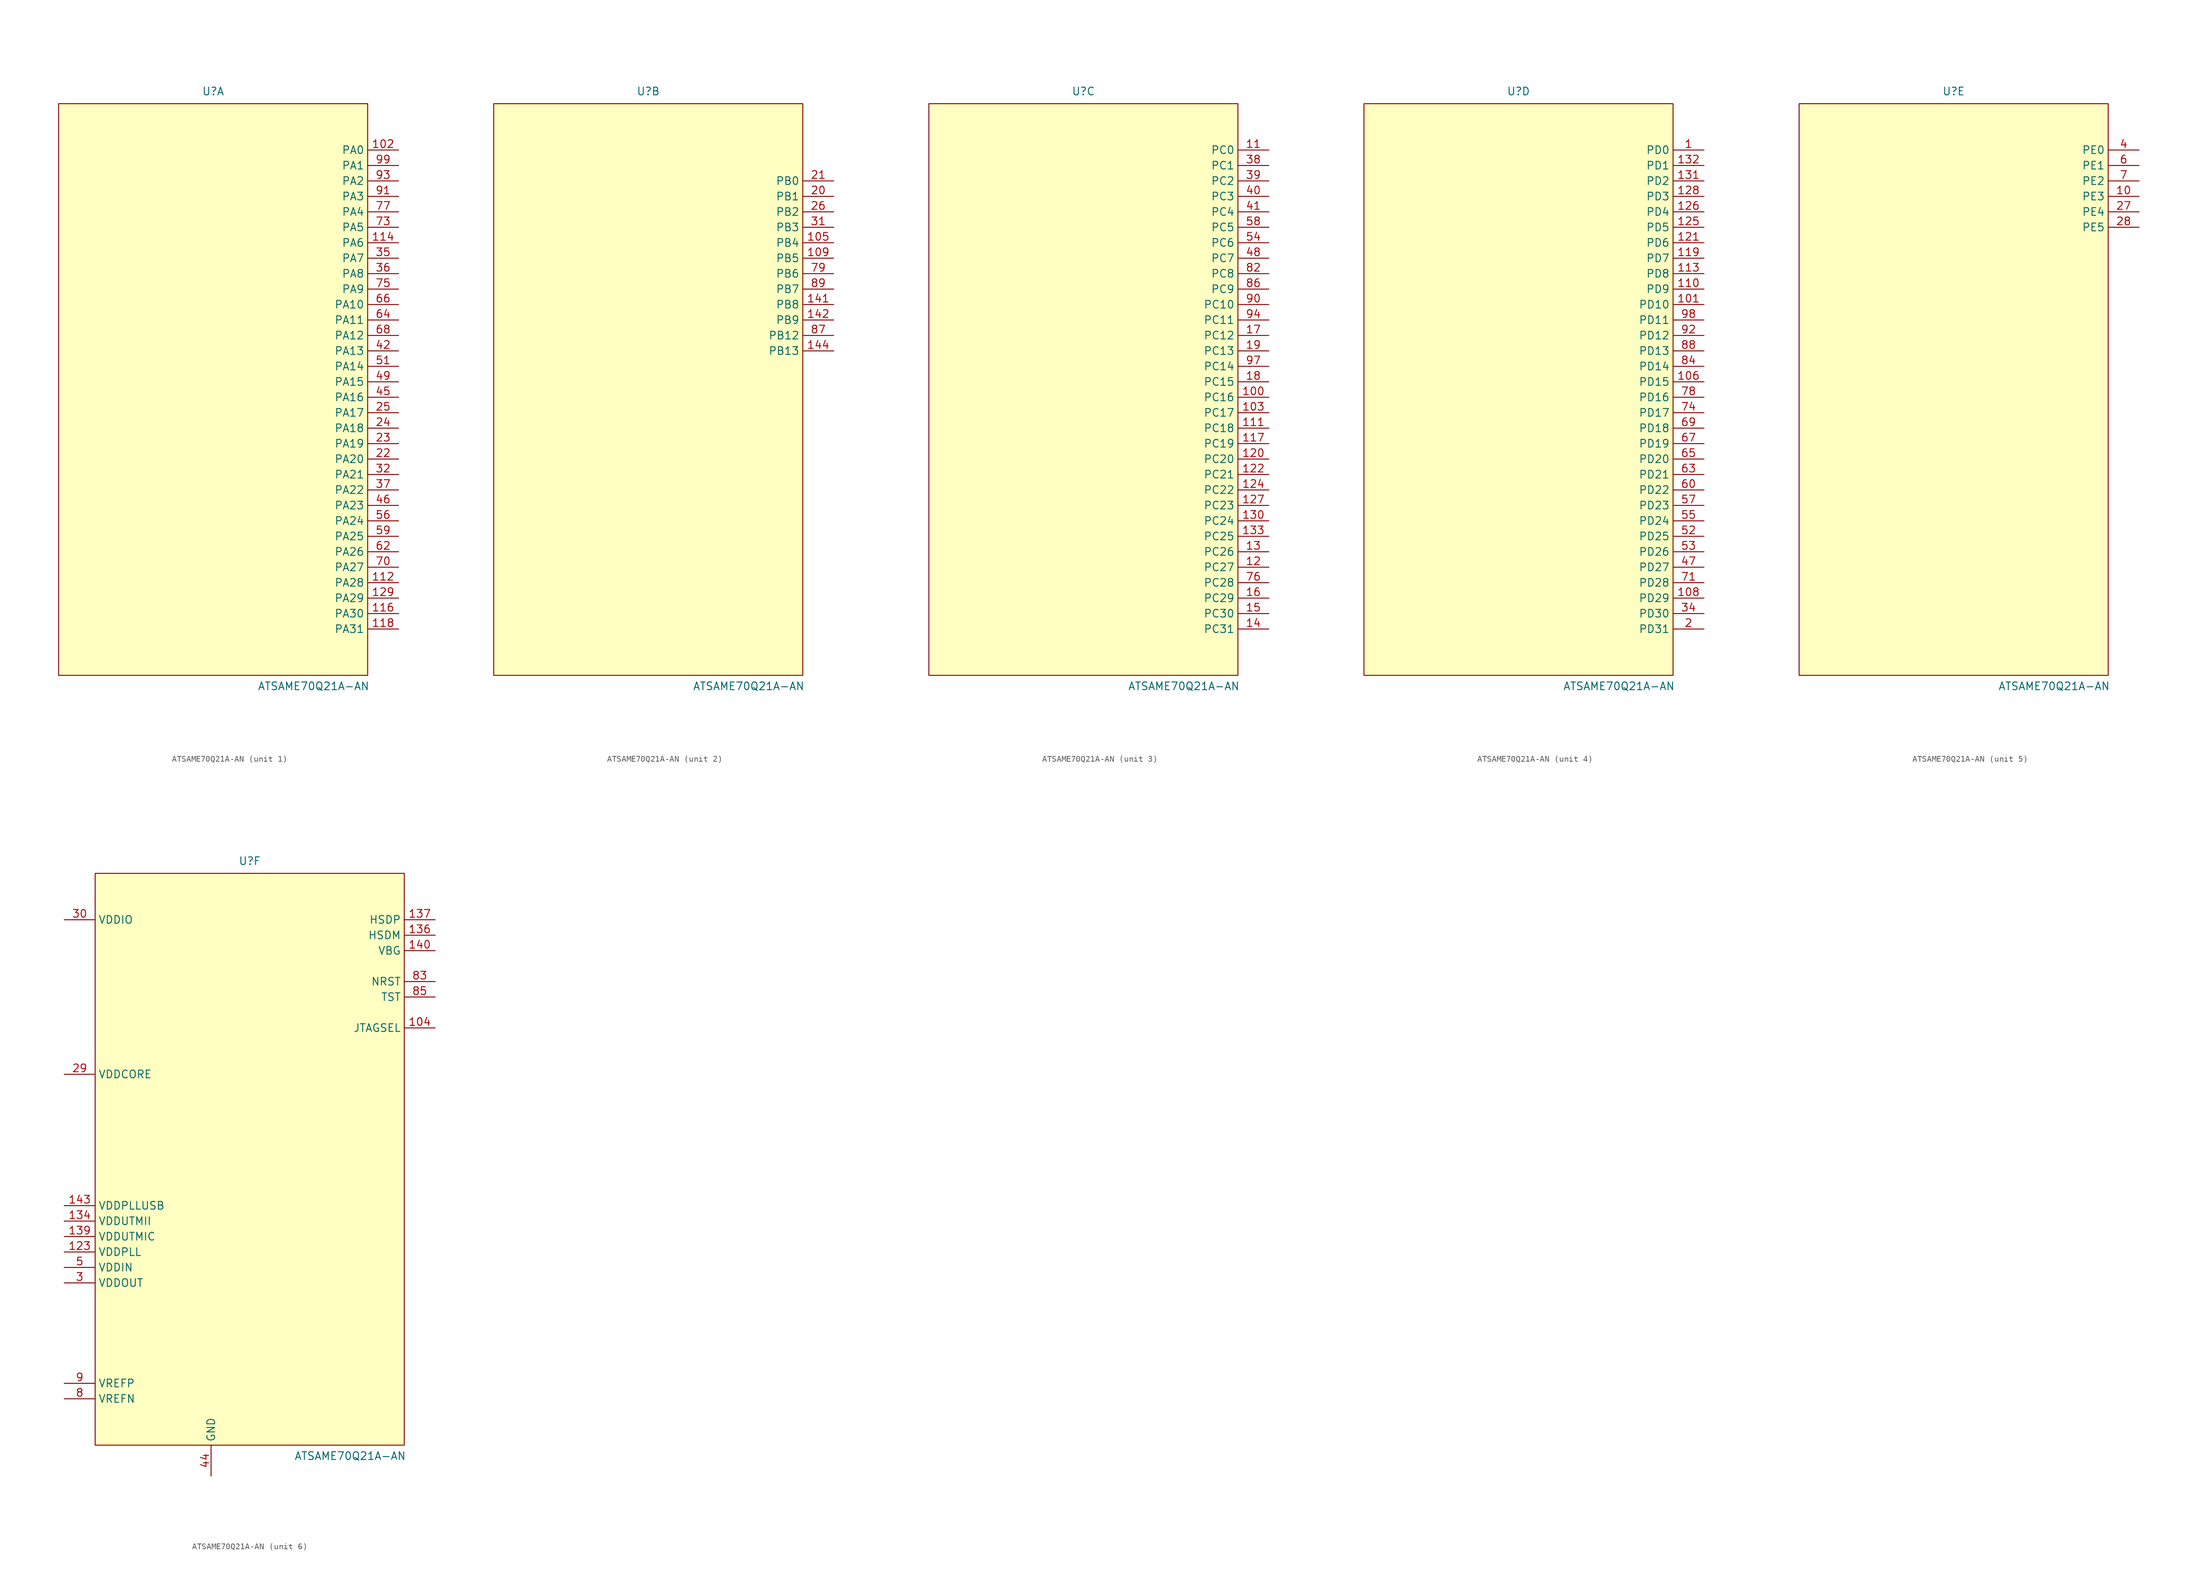
<source format=kicad_sym>
(kicad_symbol_lib
  (version 20231120)
  (generator "kicad_symbol_editor")
  (generator_version "8.0")
  (symbol "ATSAME70Q21A-AN"
    (property "Reference" "U"
      (at 0 49.022 0)
      (effects (font (size 1.27 1.27))))
    (property "Value" "ATSAME70Q21A-AN"
      (at 16.51 -48.768 0)
      (effects (font (size 1.27 1.27))))
    (property "ki_locked" ""
      (at 0 0 0)
      (effects (font (size 1.27 1.27))))
    (symbol "ATSAME70Q21A-AN_0_1"
      (rectangle (start -25.4 46.99) (end 25.4 -46.99) (stroke (width 0) (type default)) (fill (type background))))
    (symbol "ATSAME70Q21A-AN_1_1"
      (unit_name "Port A")
      (pin bidirectional line (at 30.48 39.37 180) (length 5.08) (name "PA0" (effects (font (size 1.27 1.27)))) (number "102" (effects (font (size 1.27 1.27)))))
      (pin bidirectional line (at 30.48 -31.75 180) (length 5.08) (name "PA28" (effects (font (size 1.27 1.27)))) (number "112" (effects (font (size 1.27 1.27)))))
      (pin bidirectional line (at 30.48 24.13 180) (length 5.08) (name "PA6" (effects (font (size 1.27 1.27)))) (number "114" (effects (font (size 1.27 1.27)))))
      (pin bidirectional line (at 30.48 -36.83 180) (length 5.08) (name "PA30" (effects (font (size 1.27 1.27)))) (number "116" (effects (font (size 1.27 1.27)))))
      (pin bidirectional line (at 30.48 -39.37 180) (length 5.08) (name "PA31" (effects (font (size 1.27 1.27)))) (number "118" (effects (font (size 1.27 1.27)))))
      (pin bidirectional line (at 30.48 -34.29 180) (length 5.08) (name "PA29" (effects (font (size 1.27 1.27)))) (number "129" (effects (font (size 1.27 1.27)))))
      (pin bidirectional line (at 30.48 -11.43 180) (length 5.08) (name "PA20" (effects (font (size 1.27 1.27)))) (number "22" (effects (font (size 1.27 1.27)))))
      (pin bidirectional line (at 30.48 -8.89 180) (length 5.08) (name "PA19" (effects (font (size 1.27 1.27)))) (number "23" (effects (font (size 1.27 1.27)))))
      (pin bidirectional line (at 30.48 -6.35 180) (length 5.08) (name "PA18" (effects (font (size 1.27 1.27)))) (number "24" (effects (font (size 1.27 1.27)))))
      (pin bidirectional line (at 30.48 -3.81 180) (length 5.08) (name "PA17" (effects (font (size 1.27 1.27)))) (number "25" (effects (font (size 1.27 1.27)))))
      (pin bidirectional line (at 30.48 -13.97 180) (length 5.08) (name "PA21" (effects (font (size 1.27 1.27)))) (number "32" (effects (font (size 1.27 1.27)))))
      (pin bidirectional line (at 30.48 21.59 180) (length 5.08) (name "PA7" (effects (font (size 1.27 1.27)))) (number "35" (effects (font (size 1.27 1.27)))))
      (pin bidirectional line (at 30.48 19.05 180) (length 5.08) (name "PA8" (effects (font (size 1.27 1.27)))) (number "36" (effects (font (size 1.27 1.27)))))
      (pin bidirectional line (at 30.48 -16.51 180) (length 5.08) (name "PA22" (effects (font (size 1.27 1.27)))) (number "37" (effects (font (size 1.27 1.27)))))
      (pin bidirectional line (at 30.48 6.35 180) (length 5.08) (name "PA13" (effects (font (size 1.27 1.27)))) (number "42" (effects (font (size 1.27 1.27)))))
      (pin bidirectional line (at 30.48 -1.27 180) (length 5.08) (name "PA16" (effects (font (size 1.27 1.27)))) (number "45" (effects (font (size 1.27 1.27)))))
      (pin bidirectional line (at 30.48 -19.05 180) (length 5.08) (name "PA23" (effects (font (size 1.27 1.27)))) (number "46" (effects (font (size 1.27 1.27)))))
      (pin bidirectional line (at 30.48 1.27 180) (length 5.08) (name "PA15" (effects (font (size 1.27 1.27)))) (number "49" (effects (font (size 1.27 1.27)))))
      (pin bidirectional line (at 30.48 3.81 180) (length 5.08) (name "PA14" (effects (font (size 1.27 1.27)))) (number "51" (effects (font (size 1.27 1.27)))))
      (pin bidirectional line (at 30.48 -21.59 180) (length 5.08) (name "PA24" (effects (font (size 1.27 1.27)))) (number "56" (effects (font (size 1.27 1.27)))))
      (pin bidirectional line (at 30.48 -24.13 180) (length 5.08) (name "PA25" (effects (font (size 1.27 1.27)))) (number "59" (effects (font (size 1.27 1.27)))))
      (pin bidirectional line (at 30.48 -26.67 180) (length 5.08) (name "PA26" (effects (font (size 1.27 1.27)))) (number "62" (effects (font (size 1.27 1.27)))))
      (pin bidirectional line (at 30.48 11.43 180) (length 5.08) (name "PA11" (effects (font (size 1.27 1.27)))) (number "64" (effects (font (size 1.27 1.27)))))
      (pin bidirectional line (at 30.48 13.97 180) (length 5.08) (name "PA10" (effects (font (size 1.27 1.27)))) (number "66" (effects (font (size 1.27 1.27)))))
      (pin bidirectional line (at 30.48 8.89 180) (length 5.08) (name "PA12" (effects (font (size 1.27 1.27)))) (number "68" (effects (font (size 1.27 1.27)))))
      (pin bidirectional line (at 30.48 -29.21 180) (length 5.08) (name "PA27" (effects (font (size 1.27 1.27)))) (number "70" (effects (font (size 1.27 1.27)))))
      (pin bidirectional line (at 30.48 26.67 180) (length 5.08) (name "PA5" (effects (font (size 1.27 1.27)))) (number "73" (effects (font (size 1.27 1.27)))))
      (pin bidirectional line (at 30.48 16.51 180) (length 5.08) (name "PA9" (effects (font (size 1.27 1.27)))) (number "75" (effects (font (size 1.27 1.27)))))
      (pin bidirectional line (at 30.48 29.21 180) (length 5.08) (name "PA4" (effects (font (size 1.27 1.27)))) (number "77" (effects (font (size 1.27 1.27)))))
      (pin bidirectional line (at 30.48 31.75 180) (length 5.08) (name "PA3" (effects (font (size 1.27 1.27)))) (number "91" (effects (font (size 1.27 1.27)))))
      (pin bidirectional line (at 30.48 34.29 180) (length 5.08) (name "PA2" (effects (font (size 1.27 1.27)))) (number "93" (effects (font (size 1.27 1.27)))))
      (pin bidirectional line (at 30.48 36.83 180) (length 5.08) (name "PA1" (effects (font (size 1.27 1.27)))) (number "99" (effects (font (size 1.27 1.27))))))
    (symbol "ATSAME70Q21A-AN_2_1"
      (unit_name "Port B")
      (pin bidirectional line (at 30.48 24.13 180) (length 5.08) (name "PB4" (effects (font (size 1.27 1.27)))) (number "105" (effects (font (size 1.27 1.27)))))
      (pin bidirectional line (at 30.48 21.59 180) (length 5.08) (name "PB5" (effects (font (size 1.27 1.27)))) (number "109" (effects (font (size 1.27 1.27)))))
      (pin bidirectional line (at 30.48 13.97 180) (length 5.08) (name "PB8" (effects (font (size 1.27 1.27)))) (number "141" (effects (font (size 1.27 1.27)))))
      (pin bidirectional line (at 30.48 11.43 180) (length 5.08) (name "PB9" (effects (font (size 1.27 1.27)))) (number "142" (effects (font (size 1.27 1.27)))))
      (pin bidirectional line (at 30.48 6.35 180) (length 5.08) (name "PB13" (effects (font (size 1.27 1.27)))) (number "144" (effects (font (size 1.27 1.27)))))
      (pin bidirectional line (at 30.48 31.75 180) (length 5.08) (name "PB1" (effects (font (size 1.27 1.27)))) (number "20" (effects (font (size 1.27 1.27)))))
      (pin bidirectional line (at 30.48 34.29 180) (length 5.08) (name "PB0" (effects (font (size 1.27 1.27)))) (number "21" (effects (font (size 1.27 1.27)))))
      (pin bidirectional line (at 30.48 29.21 180) (length 5.08) (name "PB2" (effects (font (size 1.27 1.27)))) (number "26" (effects (font (size 1.27 1.27)))))
      (pin bidirectional line (at 30.48 26.67 180) (length 5.08) (name "PB3" (effects (font (size 1.27 1.27)))) (number "31" (effects (font (size 1.27 1.27)))))
      (pin bidirectional line (at 30.48 19.05 180) (length 5.08) (name "PB6" (effects (font (size 1.27 1.27)))) (number "79" (effects (font (size 1.27 1.27)))))
      (pin bidirectional line (at 30.48 8.89 180) (length 5.08) (name "PB12" (effects (font (size 1.27 1.27)))) (number "87" (effects (font (size 1.27 1.27)))))
      (pin bidirectional line (at 30.48 16.51 180) (length 5.08) (name "PB7" (effects (font (size 1.27 1.27)))) (number "89" (effects (font (size 1.27 1.27))))))
    (symbol "ATSAME70Q21A-AN_3_1"
      (unit_name "Port C")
      (pin bidirectional line (at 30.48 -1.27 180) (length 5.08) (name "PC16" (effects (font (size 1.27 1.27)))) (number "100" (effects (font (size 1.27 1.27)))))
      (pin bidirectional line (at 30.48 -3.81 180) (length 5.08) (name "PC17" (effects (font (size 1.27 1.27)))) (number "103" (effects (font (size 1.27 1.27)))))
      (pin bidirectional line (at 30.48 39.37 180) (length 5.08) (name "PC0" (effects (font (size 1.27 1.27)))) (number "11" (effects (font (size 1.27 1.27)))))
      (pin bidirectional line (at 30.48 -6.35 180) (length 5.08) (name "PC18" (effects (font (size 1.27 1.27)))) (number "111" (effects (font (size 1.27 1.27)))))
      (pin bidirectional line (at 30.48 -8.89 180) (length 5.08) (name "PC19" (effects (font (size 1.27 1.27)))) (number "117" (effects (font (size 1.27 1.27)))))
      (pin bidirectional line (at 30.48 -29.21 180) (length 5.08) (name "PC27" (effects (font (size 1.27 1.27)))) (number "12" (effects (font (size 1.27 1.27)))))
      (pin bidirectional line (at 30.48 -11.43 180) (length 5.08) (name "PC20" (effects (font (size 1.27 1.27)))) (number "120" (effects (font (size 1.27 1.27)))))
      (pin bidirectional line (at 30.48 -13.97 180) (length 5.08) (name "PC21" (effects (font (size 1.27 1.27)))) (number "122" (effects (font (size 1.27 1.27)))))
      (pin bidirectional line (at 30.48 -16.51 180) (length 5.08) (name "PC22" (effects (font (size 1.27 1.27)))) (number "124" (effects (font (size 1.27 1.27)))))
      (pin bidirectional line (at 30.48 -19.05 180) (length 5.08) (name "PC23" (effects (font (size 1.27 1.27)))) (number "127" (effects (font (size 1.27 1.27)))))
      (pin bidirectional line (at 30.48 -26.67 180) (length 5.08) (name "PC26" (effects (font (size 1.27 1.27)))) (number "13" (effects (font (size 1.27 1.27)))))
      (pin bidirectional line (at 30.48 -21.59 180) (length 5.08) (name "PC24" (effects (font (size 1.27 1.27)))) (number "130" (effects (font (size 1.27 1.27)))))
      (pin bidirectional line (at 30.48 -24.13 180) (length 5.08) (name "PC25" (effects (font (size 1.27 1.27)))) (number "133" (effects (font (size 1.27 1.27)))))
      (pin bidirectional line (at 30.48 -39.37 180) (length 5.08) (name "PC31" (effects (font (size 1.27 1.27)))) (number "14" (effects (font (size 1.27 1.27)))))
      (pin bidirectional line (at 30.48 -36.83 180) (length 5.08) (name "PC30" (effects (font (size 1.27 1.27)))) (number "15" (effects (font (size 1.27 1.27)))))
      (pin bidirectional line (at 30.48 -34.29 180) (length 5.08) (name "PC29" (effects (font (size 1.27 1.27)))) (number "16" (effects (font (size 1.27 1.27)))))
      (pin bidirectional line (at 30.48 8.89 180) (length 5.08) (name "PC12" (effects (font (size 1.27 1.27)))) (number "17" (effects (font (size 1.27 1.27)))))
      (pin bidirectional line (at 30.48 1.27 180) (length 5.08) (name "PC15" (effects (font (size 1.27 1.27)))) (number "18" (effects (font (size 1.27 1.27)))))
      (pin bidirectional line (at 30.48 6.35 180) (length 5.08) (name "PC13" (effects (font (size 1.27 1.27)))) (number "19" (effects (font (size 1.27 1.27)))))
      (pin bidirectional line (at 30.48 36.83 180) (length 5.08) (name "PC1" (effects (font (size 1.27 1.27)))) (number "38" (effects (font (size 1.27 1.27)))))
      (pin bidirectional line (at 30.48 34.29 180) (length 5.08) (name "PC2" (effects (font (size 1.27 1.27)))) (number "39" (effects (font (size 1.27 1.27)))))
      (pin bidirectional line (at 30.48 31.75 180) (length 5.08) (name "PC3" (effects (font (size 1.27 1.27)))) (number "40" (effects (font (size 1.27 1.27)))))
      (pin bidirectional line (at 30.48 29.21 180) (length 5.08) (name "PC4" (effects (font (size 1.27 1.27)))) (number "41" (effects (font (size 1.27 1.27)))))
      (pin bidirectional line (at 30.48 21.59 180) (length 5.08) (name "PC7" (effects (font (size 1.27 1.27)))) (number "48" (effects (font (size 1.27 1.27)))))
      (pin bidirectional line (at 30.48 24.13 180) (length 5.08) (name "PC6" (effects (font (size 1.27 1.27)))) (number "54" (effects (font (size 1.27 1.27)))))
      (pin bidirectional line (at 30.48 26.67 180) (length 5.08) (name "PC5" (effects (font (size 1.27 1.27)))) (number "58" (effects (font (size 1.27 1.27)))))
      (pin bidirectional line (at 30.48 -31.75 180) (length 5.08) (name "PC28" (effects (font (size 1.27 1.27)))) (number "76" (effects (font (size 1.27 1.27)))))
      (pin bidirectional line (at 30.48 19.05 180) (length 5.08) (name "PC8" (effects (font (size 1.27 1.27)))) (number "82" (effects (font (size 1.27 1.27)))))
      (pin bidirectional line (at 30.48 16.51 180) (length 5.08) (name "PC9" (effects (font (size 1.27 1.27)))) (number "86" (effects (font (size 1.27 1.27)))))
      (pin bidirectional line (at 30.48 13.97 180) (length 5.08) (name "PC10" (effects (font (size 1.27 1.27)))) (number "90" (effects (font (size 1.27 1.27)))))
      (pin bidirectional line (at 30.48 11.43 180) (length 5.08) (name "PC11" (effects (font (size 1.27 1.27)))) (number "94" (effects (font (size 1.27 1.27)))))
      (pin bidirectional line (at 30.48 3.81 180) (length 5.08) (name "PC14" (effects (font (size 1.27 1.27)))) (number "97" (effects (font (size 1.27 1.27))))))
    (symbol "ATSAME70Q21A-AN_4_1"
      (unit_name "Port D")
      (pin bidirectional line (at 30.48 39.37 180) (length 5.08) (name "PD0" (effects (font (size 1.27 1.27)))) (number "1" (effects (font (size 1.27 1.27)))))
      (pin bidirectional line (at 30.48 13.97 180) (length 5.08) (name "PD10" (effects (font (size 1.27 1.27)))) (number "101" (effects (font (size 1.27 1.27)))))
      (pin bidirectional line (at 30.48 1.27 180) (length 5.08) (name "PD15" (effects (font (size 1.27 1.27)))) (number "106" (effects (font (size 1.27 1.27)))))
      (pin bidirectional line (at 30.48 -34.29 180) (length 5.08) (name "PD29" (effects (font (size 1.27 1.27)))) (number "108" (effects (font (size 1.27 1.27)))))
      (pin bidirectional line (at 30.48 16.51 180) (length 5.08) (name "PD9" (effects (font (size 1.27 1.27)))) (number "110" (effects (font (size 1.27 1.27)))))
      (pin bidirectional line (at 30.48 19.05 180) (length 5.08) (name "PD8" (effects (font (size 1.27 1.27)))) (number "113" (effects (font (size 1.27 1.27)))))
      (pin bidirectional line (at 30.48 21.59 180) (length 5.08) (name "PD7" (effects (font (size 1.27 1.27)))) (number "119" (effects (font (size 1.27 1.27)))))
      (pin bidirectional line (at 30.48 24.13 180) (length 5.08) (name "PD6" (effects (font (size 1.27 1.27)))) (number "121" (effects (font (size 1.27 1.27)))))
      (pin bidirectional line (at 30.48 26.67 180) (length 5.08) (name "PD5" (effects (font (size 1.27 1.27)))) (number "125" (effects (font (size 1.27 1.27)))))
      (pin bidirectional line (at 30.48 29.21 180) (length 5.08) (name "PD4" (effects (font (size 1.27 1.27)))) (number "126" (effects (font (size 1.27 1.27)))))
      (pin bidirectional line (at 30.48 31.75 180) (length 5.08) (name "PD3" (effects (font (size 1.27 1.27)))) (number "128" (effects (font (size 1.27 1.27)))))
      (pin bidirectional line (at 30.48 34.29 180) (length 5.08) (name "PD2" (effects (font (size 1.27 1.27)))) (number "131" (effects (font (size 1.27 1.27)))))
      (pin bidirectional line (at 30.48 36.83 180) (length 5.08) (name "PD1" (effects (font (size 1.27 1.27)))) (number "132" (effects (font (size 1.27 1.27)))))
      (pin bidirectional line (at 30.48 -39.37 180) (length 5.08) (name "PD31" (effects (font (size 1.27 1.27)))) (number "2" (effects (font (size 1.27 1.27)))))
      (pin bidirectional line (at 30.48 -36.83 180) (length 5.08) (name "PD30" (effects (font (size 1.27 1.27)))) (number "34" (effects (font (size 1.27 1.27)))))
      (pin bidirectional line (at 30.48 -29.21 180) (length 5.08) (name "PD27" (effects (font (size 1.27 1.27)))) (number "47" (effects (font (size 1.27 1.27)))))
      (pin bidirectional line (at 30.48 -24.13 180) (length 5.08) (name "PD25" (effects (font (size 1.27 1.27)))) (number "52" (effects (font (size 1.27 1.27)))))
      (pin bidirectional line (at 30.48 -26.67 180) (length 5.08) (name "PD26" (effects (font (size 1.27 1.27)))) (number "53" (effects (font (size 1.27 1.27)))))
      (pin bidirectional line (at 30.48 -21.59 180) (length 5.08) (name "PD24" (effects (font (size 1.27 1.27)))) (number "55" (effects (font (size 1.27 1.27)))))
      (pin bidirectional line (at 30.48 -19.05 180) (length 5.08) (name "PD23" (effects (font (size 1.27 1.27)))) (number "57" (effects (font (size 1.27 1.27)))))
      (pin bidirectional line (at 30.48 -16.51 180) (length 5.08) (name "PD22" (effects (font (size 1.27 1.27)))) (number "60" (effects (font (size 1.27 1.27)))))
      (pin bidirectional line (at 30.48 -13.97 180) (length 5.08) (name "PD21" (effects (font (size 1.27 1.27)))) (number "63" (effects (font (size 1.27 1.27)))))
      (pin bidirectional line (at 30.48 -11.43 180) (length 5.08) (name "PD20" (effects (font (size 1.27 1.27)))) (number "65" (effects (font (size 1.27 1.27)))))
      (pin bidirectional line (at 30.48 -8.89 180) (length 5.08) (name "PD19" (effects (font (size 1.27 1.27)))) (number "67" (effects (font (size 1.27 1.27)))))
      (pin bidirectional line (at 30.48 -6.35 180) (length 5.08) (name "PD18" (effects (font (size 1.27 1.27)))) (number "69" (effects (font (size 1.27 1.27)))))
      (pin bidirectional line (at 30.48 -31.75 180) (length 5.08) (name "PD28" (effects (font (size 1.27 1.27)))) (number "71" (effects (font (size 1.27 1.27)))))
      (pin bidirectional line (at 30.48 -3.81 180) (length 5.08) (name "PD17" (effects (font (size 1.27 1.27)))) (number "74" (effects (font (size 1.27 1.27)))))
      (pin bidirectional line (at 30.48 -1.27 180) (length 5.08) (name "PD16" (effects (font (size 1.27 1.27)))) (number "78" (effects (font (size 1.27 1.27)))))
      (pin bidirectional line (at 30.48 3.81 180) (length 5.08) (name "PD14" (effects (font (size 1.27 1.27)))) (number "84" (effects (font (size 1.27 1.27)))))
      (pin bidirectional line (at 30.48 6.35 180) (length 5.08) (name "PD13" (effects (font (size 1.27 1.27)))) (number "88" (effects (font (size 1.27 1.27)))))
      (pin bidirectional line (at 30.48 8.89 180) (length 5.08) (name "PD12" (effects (font (size 1.27 1.27)))) (number "92" (effects (font (size 1.27 1.27)))))
      (pin bidirectional line (at 30.48 11.43 180) (length 5.08) (name "PD11" (effects (font (size 1.27 1.27)))) (number "98" (effects (font (size 1.27 1.27))))))
    (symbol "ATSAME70Q21A-AN_5_1"
      (unit_name "Port E")
      (pin bidirectional line (at 30.48 31.75 180) (length 5.08) (name "PE3" (effects (font (size 1.27 1.27)))) (number "10" (effects (font (size 1.27 1.27)))))
      (pin bidirectional line (at 30.48 29.21 180) (length 5.08) (name "PE4" (effects (font (size 1.27 1.27)))) (number "27" (effects (font (size 1.27 1.27)))))
      (pin bidirectional line (at 30.48 26.67 180) (length 5.08) (name "PE5" (effects (font (size 1.27 1.27)))) (number "28" (effects (font (size 1.27 1.27)))))
      (pin bidirectional line (at 30.48 39.37 180) (length 5.08) (name "PE0" (effects (font (size 1.27 1.27)))) (number "4" (effects (font (size 1.27 1.27)))))
      (pin bidirectional line (at 30.48 36.83 180) (length 5.08) (name "PE1" (effects (font (size 1.27 1.27)))) (number "6" (effects (font (size 1.27 1.27)))))
      (pin bidirectional line (at 30.48 34.29 180) (length 5.08) (name "PE2" (effects (font (size 1.27 1.27)))) (number "7" (effects (font (size 1.27 1.27))))))
    (symbol "ATSAME70Q21A-AN_6_1"
      (unit_name "Power")
      (pin input line (at 30.48 21.59 180) (length 5.08) (name "JTAGSEL" (effects (font (size 1.27 1.27)))) (number "104" (effects (font (size 1.27 1.27)))))
      (pin passive line (at -30.48 3.81 0) (length 5.08) hide (name "VDDCORE" (effects (font (size 1.27 1.27)))) (number "107" (effects (font (size 1.27 1.27)))))
      (pin passive line (at 1.27 -52.07 90) (length 5.08) hide (name "GND" (effects (font (size 1.27 1.27)))) (number "115" (effects (font (size 1.27 1.27)))))
      (pin power_in line (at -30.48 -15.24 0) (length 5.08) (name "VDDPLL" (effects (font (size 1.27 1.27)))) (number "123" (effects (font (size 1.27 1.27)))))
      (pin power_in line (at -30.48 -10.16 0) (length 5.08) (name "VDDUTMII" (effects (font (size 1.27 1.27)))) (number "134" (effects (font (size 1.27 1.27)))))
      (pin passive line (at 3.81 -52.07 90) (length 5.08) hide (name "GND" (effects (font (size 1.27 1.27)))) (number "135" (effects (font (size 1.27 1.27)))))
      (pin bidirectional line (at 30.48 36.83 180) (length 5.08) (name "HSDM" (effects (font (size 1.27 1.27)))) (number "136" (effects (font (size 1.27 1.27)))))
      (pin bidirectional line (at 30.48 39.37 180) (length 5.08) (name "HSDP" (effects (font (size 1.27 1.27)))) (number "137" (effects (font (size 1.27 1.27)))))
      (pin passive line (at 6.35 -52.07 90) (length 5.08) hide (name "GND" (effects (font (size 1.27 1.27)))) (number "138" (effects (font (size 1.27 1.27)))))
      (pin power_in line (at -30.48 -12.7 0) (length 5.08) (name "VDDUTMIC" (effects (font (size 1.27 1.27)))) (number "139" (effects (font (size 1.27 1.27)))))
      (pin input line (at 30.48 34.29 180) (length 5.08) (name "VBG" (effects (font (size 1.27 1.27)))) (number "140" (effects (font (size 1.27 1.27)))))
      (pin power_in line (at -30.48 -7.62 0) (length 5.08) (name "VDDPLLUSB" (effects (font (size 1.27 1.27)))) (number "143" (effects (font (size 1.27 1.27)))))
      (pin power_in line (at -30.48 13.97 0) (length 5.08) (name "VDDCORE" (effects (font (size 1.27 1.27)))) (number "29" (effects (font (size 1.27 1.27)))))
      (pin power_out line (at -30.48 -20.32 0) (length 5.08) (name "VDDOUT" (effects (font (size 1.27 1.27)))) (number "3" (effects (font (size 1.27 1.27)))))
      (pin power_in line (at -30.48 39.37 0) (length 5.08) (name "VDDIO" (effects (font (size 1.27 1.27)))) (number "30" (effects (font (size 1.27 1.27)))))
      (pin passive line (at -30.48 11.43 0) (length 5.08) hide (name "VDDCORE" (effects (font (size 1.27 1.27)))) (number "33" (effects (font (size 1.27 1.27)))))
      (pin passive line (at -30.48 36.83 0) (length 5.08) hide (name "VDDIO" (effects (font (size 1.27 1.27)))) (number "43" (effects (font (size 1.27 1.27)))))
      (pin power_in line (at -6.35 -52.07 90) (length 5.08) (name "GND" (effects (font (size 1.27 1.27)))) (number "44" (effects (font (size 1.27 1.27)))))
      (pin power_in line (at -30.48 -17.78 0) (length 5.08) (name "VDDIN" (effects (font (size 1.27 1.27)))) (number "5" (effects (font (size 1.27 1.27)))))
      (pin passive line (at -30.48 8.89 0) (length 5.08) hide (name "VDDCORE" (effects (font (size 1.27 1.27)))) (number "50" (effects (font (size 1.27 1.27)))))
      (pin passive line (at -3.81 -52.07 90) (length 5.08) hide (name "GND" (effects (font (size 1.27 1.27)))) (number "61" (effects (font (size 1.27 1.27)))))
      (pin passive line (at -30.48 34.29 0) (length 5.08) hide (name "VDDIO" (effects (font (size 1.27 1.27)))) (number "72" (effects (font (size 1.27 1.27)))))
      (pin bidirectional line (at -30.48 -39.37 0) (length 5.08) (name "VREFN" (effects (font (size 1.27 1.27)))) (number "8" (effects (font (size 1.27 1.27)))))
      (pin passive line (at -30.48 31.75 0) (length 5.08) hide (name "VDDIO" (effects (font (size 1.27 1.27)))) (number "80" (effects (font (size 1.27 1.27)))))
      (pin passive line (at -30.48 6.35 0) (length 5.08) hide (name "VDDCORE" (effects (font (size 1.27 1.27)))) (number "81" (effects (font (size 1.27 1.27)))))
      (pin bidirectional line (at 30.48 29.21 180) (length 5.08) (name "NRST" (effects (font (size 1.27 1.27)))) (number "83" (effects (font (size 1.27 1.27)))))
      (pin input line (at 30.48 26.67 180) (length 5.08) (name "TST" (effects (font (size 1.27 1.27)))) (number "85" (effects (font (size 1.27 1.27)))))
      (pin input line (at -30.48 -36.83 0) (length 5.08) (name "VREFP" (effects (font (size 1.27 1.27)))) (number "9" (effects (font (size 1.27 1.27)))))
      (pin passive line (at -1.27 -52.07 90) (length 5.08) hide (name "GND" (effects (font (size 1.27 1.27)))) (number "95" (effects (font (size 1.27 1.27)))))
      (pin passive line (at -30.48 29.21 0) (length 5.08) hide (name "VDDIO" (effects (font (size 1.27 1.27)))) (number "96" (effects (font (size 1.27 1.27))))))))
</source>
